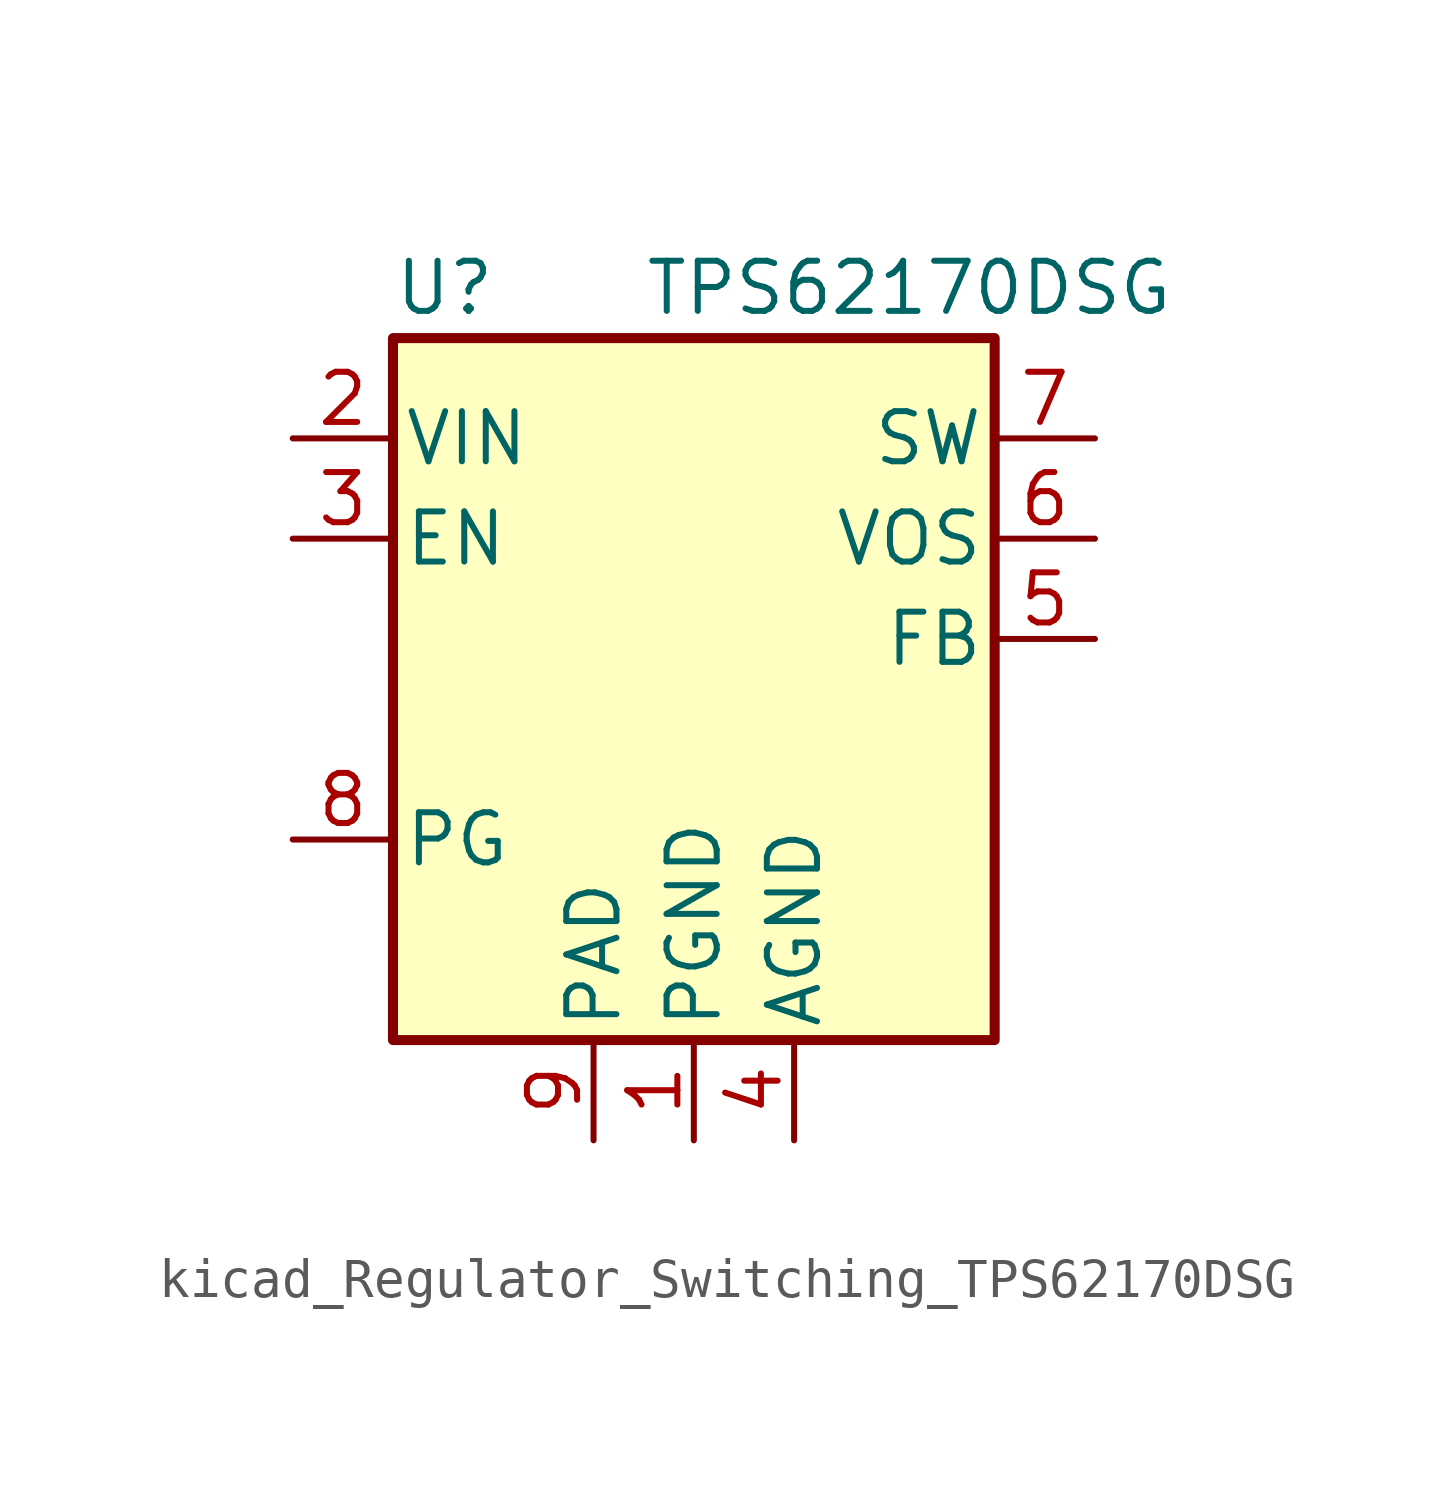
<source format=kicad_sym>
(kicad_symbol_lib
  (version 20220914)
  (generator kicad_symbol_editor)
  (symbol "kicad_Regulator_Switching_TPS62170DSG"
    (pin_names
      (offset 0.254))
    (property "Reference" "U"
      (at -7.62 11.43 0)
      (effects (font (size 1.27 1.27)) (justify left)))
    (property "Value" "TPS62170DSG"
      (at -1.27 11.43 0)
      (effects (font (size 1.27 1.27)) (justify left)))
    (symbol "kicad_Regulator_Switching_TPS62170DSG_0_1"
      (rectangle (start -7.62 10.16) (end 7.62 -7.62) (stroke (width 0.254) (type default)) (fill (type background))))
    (symbol "kicad_Regulator_Switching_TPS62170DSG_1_1"
      (pin power_in line (at 0 -10.16 90) (length 2.54) (name "PGND" (effects (font (size 1.27 1.27)))) (number "1" (effects (font (size 1.27 1.27)))))
      (pin power_in line (at -10.16 7.62 0) (length 2.54) (name "VIN" (effects (font (size 1.27 1.27)))) (number "2" (effects (font (size 1.27 1.27)))))
      (pin input line (at -10.16 5.08 0) (length 2.54) (name "EN" (effects (font (size 1.27 1.27)))) (number "3" (effects (font (size 1.27 1.27)))))
      (pin power_in line (at 2.54 -10.16 90) (length 2.54) (name "AGND" (effects (font (size 1.27 1.27)))) (number "4" (effects (font (size 1.27 1.27)))))
      (pin input line (at 10.16 2.54 180) (length 2.54) (name "FB" (effects (font (size 1.27 1.27)))) (number "5" (effects (font (size 1.27 1.27)))))
      (pin input line (at 10.16 5.08 180) (length 2.54) (name "VOS" (effects (font (size 1.27 1.27)))) (number "6" (effects (font (size 1.27 1.27)))))
      (pin output line (at 10.16 7.62 180) (length 2.54) (name "SW" (effects (font (size 1.27 1.27)))) (number "7" (effects (font (size 1.27 1.27)))))
      (pin open_collector line (at -10.16 -2.54 0) (length 2.54) (name "PG" (effects (font (size 1.27 1.27)))) (number "8" (effects (font (size 1.27 1.27)))))
      (pin power_in line (at -2.54 -10.16 90) (length 2.54) (name "PAD" (effects (font (size 1.27 1.27)))) (number "9" (effects (font (size 1.27 1.27))))))))
</source>
